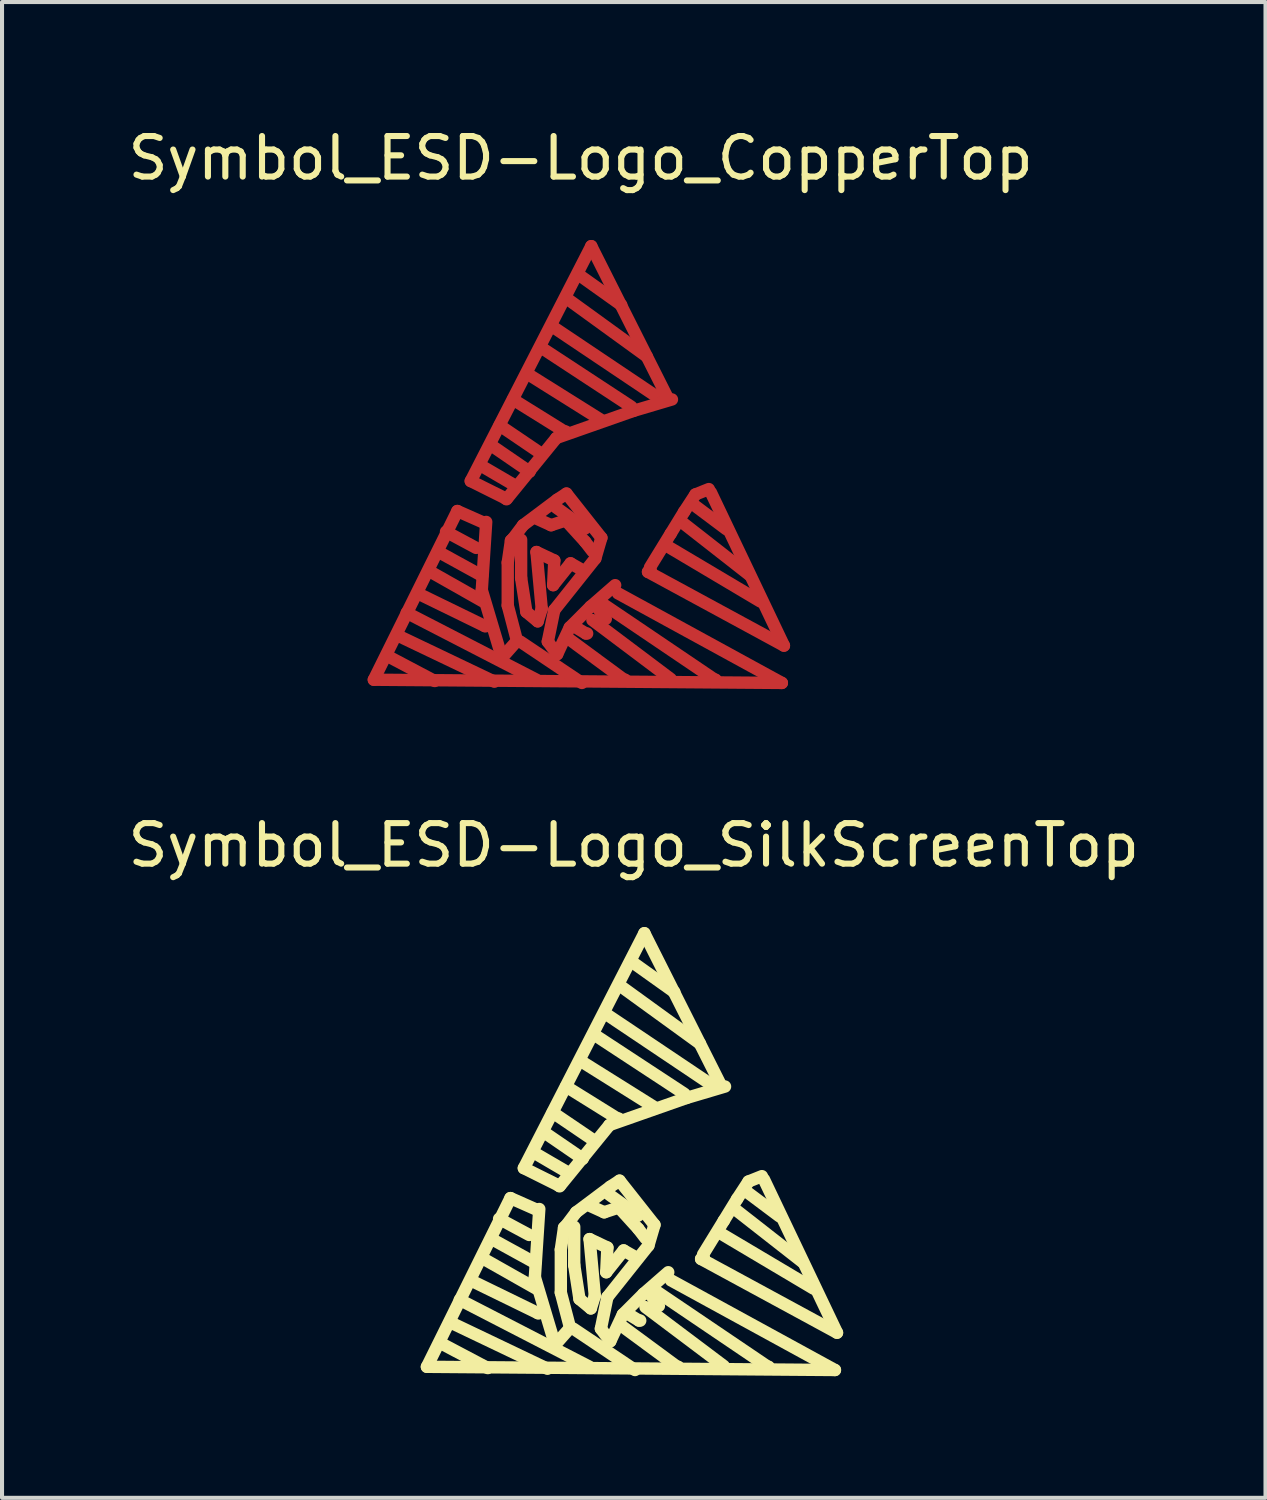
<source format=kicad_pcb>
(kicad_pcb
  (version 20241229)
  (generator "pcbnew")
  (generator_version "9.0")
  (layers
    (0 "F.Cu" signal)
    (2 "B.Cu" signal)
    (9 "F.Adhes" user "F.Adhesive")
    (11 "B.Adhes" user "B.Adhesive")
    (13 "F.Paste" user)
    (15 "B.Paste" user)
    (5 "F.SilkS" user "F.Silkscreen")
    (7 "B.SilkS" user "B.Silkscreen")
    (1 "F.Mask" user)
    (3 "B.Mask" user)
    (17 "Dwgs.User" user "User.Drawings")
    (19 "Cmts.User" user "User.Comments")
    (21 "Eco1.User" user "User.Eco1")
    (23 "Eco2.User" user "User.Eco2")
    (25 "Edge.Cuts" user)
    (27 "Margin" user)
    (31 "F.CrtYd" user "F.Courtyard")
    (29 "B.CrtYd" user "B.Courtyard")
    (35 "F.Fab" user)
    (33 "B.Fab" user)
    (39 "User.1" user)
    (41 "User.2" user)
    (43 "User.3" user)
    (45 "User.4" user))
  (footprint "Symbol_ESD-Logo_SilkScreenTop"
    (layer "F.Cu")
    (at 12.628 27.341)
    (property "Reference" "Symbol_ESD-Logo_SilkScreenTop" (at -0.051 -9.55 0) (layer "F.SilkS") (effects (font (size 1 1) (thickness 0.15))))
    (attr exclude_from_pos_files exclude_from_bom)
    (fp_line (start -5.151 3.312) (end 4.91 3.391) (stroke (width 0.305) (type solid)) (layer "F.SilkS"))
    (fp_line (start -4.77 2.751) (end -3.65 3.343) (stroke (width 0.305) (type solid)) (layer "F.SilkS"))
    (fp_line (start -4.559 2.223) (end -2.179 3.36) (stroke (width 0.305) (type solid)) (layer "F.SilkS"))
    (fp_line (start -4.341 1.661) (end -1.14 3.312) (stroke (width 0.305) (type solid)) (layer "F.SilkS"))
    (fp_line (start -4.031 1.201) (end -2.41 1.991) (stroke (width 0.305) (type solid)) (layer "F.SilkS"))
    (fp_line (start -3.749 0.653) (end -2.461 1.382) (stroke (width 0.305) (type solid)) (layer "F.SilkS"))
    (fp_line (start -3.551 0.163) (end -2.479 0.752) (stroke (width 0.305) (type solid)) (layer "F.SilkS"))
    (fp_line (start -3.371 -0.338) (end -2.629 0.061) (stroke (width 0.305) (type solid)) (layer "F.SilkS"))
    (fp_line (start -3.091 -0.848) (end -5.151 3.312) (stroke (width 0.305) (type solid)) (layer "F.SilkS"))
    (fp_line (start -2.761 -1.587) (end -1.9 -1.158) (stroke (width 0.305) (type solid)) (layer "F.SilkS"))
    (fp_line (start -2.51 -1.968) (end -1.689 -1.488) (stroke (width 0.305) (type solid)) (layer "F.SilkS"))
    (fp_line (start -2.489 1.102) (end -1.991 2.771) (stroke (width 0.305) (type solid)) (layer "F.SilkS"))
    (fp_line (start -2.461 -0.569) (end -3.091 -0.848) (stroke (width 0.305) (type solid)) (layer "F.SilkS"))
    (fp_line (start -2.41 1.991) (end -2.38 1.991) (stroke (width 0.305) (type solid)) (layer "F.SilkS"))
    (fp_line (start -2.38 -0.579) (end -2.489 1.102) (stroke (width 0.305) (type solid)) (layer "F.SilkS"))
    (fp_line (start -2.23 -2.449) (end -1.311 -1.819) (stroke (width 0.305) (type solid)) (layer "F.SilkS"))
    (fp_line (start -2.05 -2.959) (end -1.031 -2.268) (stroke (width 0.305) (type solid)) (layer "F.SilkS"))
    (fp_line (start -1.991 2.771) (end -1.621 2.352) (stroke (width 0.305) (type solid)) (layer "F.SilkS"))
    (fp_line (start -1.9 -1.158) (end -1.869 -1.158) (stroke (width 0.305) (type solid)) (layer "F.SilkS"))
    (fp_line (start -1.849 0.422) (end -1.77 -0.119) (stroke (width 0.305) (type solid)) (layer "F.SilkS"))
    (fp_line (start -1.849 1.481) (end -1.849 0.422) (stroke (width 0.305) (type solid)) (layer "F.SilkS"))
    (fp_line (start -1.77 -0.119) (end -1.72 -0.168) (stroke (width 0.305) (type solid)) (layer "F.SilkS"))
    (fp_line (start -1.72 -3.599) (end -0.45 -2.809) (stroke (width 0.305) (type solid)) (layer "F.SilkS"))
    (fp_line (start -1.72 -0.168) (end -1.471 -0.498) (stroke (width 0.305) (type solid)) (layer "F.SilkS"))
    (fp_line (start -1.621 2.352) (end -1.849 1.481) (stroke (width 0.305) (type solid)) (layer "F.SilkS"))
    (fp_line (start -1.539 2.372) (end -0.02 3.391) (stroke (width 0.305) (type solid)) (layer "F.SilkS"))
    (fp_line (start -1.519 -0.14) (end -1.519 0.803) (stroke (width 0.305) (type solid)) (layer "F.SilkS"))
    (fp_line (start -1.519 0.803) (end -1.389 1.641) (stroke (width 0.305) (type solid)) (layer "F.SilkS"))
    (fp_line (start -1.471 -0.498) (end -0.63 -1.128) (stroke (width 0.305) (type solid)) (layer "F.SilkS"))
    (fp_line (start -1.389 1.641) (end -1.11 1.872) (stroke (width 0.305) (type solid)) (layer "F.SilkS"))
    (fp_line (start -1.359 -4.229) (end 0.46 -3.089) (stroke (width 0.305) (type solid)) (layer "F.SilkS"))
    (fp_line (start -1.311 -1.819) (end -1.311 -1.839) (stroke (width 0.305) (type solid)) (layer "F.SilkS"))
    (fp_line (start -1.14 0.163) (end -0.701 0.371) (stroke (width 0.305) (type solid)) (layer "F.SilkS"))
    (fp_line (start -1.11 -0.648) (end -0.78 -0.498) (stroke (width 0.305) (type solid)) (layer "F.SilkS"))
    (fp_line (start -1.11 1.872) (end -1.011 1.562) (stroke (width 0.305) (type solid)) (layer "F.SilkS"))
    (fp_line (start -1.011 -4.869) (end 1.199 -3.419) (stroke (width 0.305) (type solid)) (layer "F.SilkS"))
    (fp_line (start -1.011 1.562) (end -1.14 0.163) (stroke (width 0.305) (type solid)) (layer "F.SilkS"))
    (fp_line (start -0.861 2.372) (end -0.63 2.682) (stroke (width 0.305) (type solid)) (layer "F.SilkS"))
    (fp_line (start -0.78 -0.498) (end -0.419 -0.617) (stroke (width 0.305) (type solid)) (layer "F.SilkS"))
    (fp_line (start -0.749 -5.397) (end 1.859 -3.647) (stroke (width 0.305) (type solid)) (layer "F.SilkS"))
    (fp_line (start -0.729 0.98) (end -0.3 0.442) (stroke (width 0.305) (type solid)) (layer "F.SilkS"))
    (fp_line (start -0.701 0.371) (end -0.729 0.98) (stroke (width 0.305) (type solid)) (layer "F.SilkS"))
    (fp_line (start -0.701 1.593) (end -0.861 2.372) (stroke (width 0.305) (type solid)) (layer "F.SilkS"))
    (fp_line (start -0.65 -2.649) (end -1.88 -1.138) (stroke (width 0.305) (type solid)) (layer "F.SilkS"))
    (fp_line (start -0.65 -0.93) (end 0.061 -0.419) (stroke (width 0.305) (type solid)) (layer "F.SilkS"))
    (fp_line (start -0.63 -1.128) (end -0.401 -1.278) (stroke (width 0.305) (type solid)) (layer "F.SilkS"))
    (fp_line (start -0.63 2.682) (end -0.32 2.022) (stroke (width 0.305) (type solid)) (layer "F.SilkS"))
    (fp_line (start -0.45 -2.809) (end -0.419 -2.809) (stroke (width 0.305) (type solid)) (layer "F.SilkS"))
    (fp_line (start -0.419 -0.617) (end 0.061 -0.089) (stroke (width 0.305) (type solid)) (layer "F.SilkS"))
    (fp_line (start -0.401 -1.278) (end 0.46 -0.188) (stroke (width 0.305) (type solid)) (layer "F.SilkS"))
    (fp_line (start -0.351 -6.058) (end 1.58 -4.658) (stroke (width 0.305) (type solid)) (layer "F.SilkS"))
    (fp_line (start -0.351 2.301) (end 1.021 3.312) (stroke (width 0.305) (type solid)) (layer "F.SilkS"))
    (fp_line (start -0.32 2.022) (end 0.191 1.511) (stroke (width 0.305) (type solid)) (layer "F.SilkS"))
    (fp_line (start -0.3 0.442) (end -0.071 0.572) (stroke (width 0.305) (type solid)) (layer "F.SilkS"))
    (fp_line (start -0.221 1.991) (end 0.079 2.172) (stroke (width 0.305) (type solid)) (layer "F.SilkS"))
    (fp_line (start -0.089 -6.668) (end 0.95 -5.928) (stroke (width 0.305) (type solid)) (layer "F.SilkS"))
    (fp_line (start 0.061 -0.089) (end 0.239 0.142) (stroke (width 0.305) (type solid)) (layer "F.SilkS"))
    (fp_line (start 0.079 2.172) (end 0.109 2.172) (stroke (width 0.305) (type solid)) (layer "F.SilkS"))
    (fp_line (start 0.191 1.511) (end 0.8 0.98) (stroke (width 0.305) (type solid)) (layer "F.SilkS"))
    (fp_line (start 0.211 -7.379) (end -2.761 -1.587) (stroke (width 0.305) (type solid)) (layer "F.SilkS"))
    (fp_line (start 0.239 1.841) (end 2.169 3.292) (stroke (width 0.305) (type solid)) (layer "F.SilkS"))
    (fp_line (start 0.31 0.323) (end -0.701 1.593) (stroke (width 0.305) (type solid)) (layer "F.SilkS"))
    (fp_line (start 0.31 1.46) (end 0.569 1.811) (stroke (width 0.305) (type solid)) (layer "F.SilkS"))
    (fp_line (start 0.46 -0.188) (end 0.31 0.323) (stroke (width 0.305) (type solid)) (layer "F.SilkS"))
    (fp_line (start 0.521 1.46) (end 3.259 3.312) (stroke (width 0.305) (type solid)) (layer "F.SilkS"))
    (fp_line (start 1.021 3.312) (end 1.049 3.312) (stroke (width 0.305) (type solid)) (layer "F.SilkS"))
    (fp_line (start 1.25 -3.317) (end -0.65 -2.649) (stroke (width 0.305) (type solid)) (layer "F.SilkS"))
    (fp_line (start 1.61 0.653) (end 1.679 0.622) (stroke (width 0.305) (type solid)) (layer "F.SilkS"))
    (fp_line (start 1.659 0.541) (end 2.169 -0.29) (stroke (width 0.305) (type solid)) (layer "F.SilkS"))
    (fp_line (start 2.09 -3.647) (end 0.211 -7.379) (stroke (width 0.305) (type solid)) (layer "F.SilkS"))
    (fp_line (start 2.121 0.041) (end 4.379 1.382) (stroke (width 0.305) (type solid)) (layer "F.SilkS"))
    (fp_line (start 2.169 -0.29) (end 2.499 -0.828) (stroke (width 0.305) (type solid)) (layer "F.SilkS"))
    (fp_line (start 2.2 -3.599) (end 1.25 -3.317) (stroke (width 0.305) (type solid)) (layer "F.SilkS"))
    (fp_line (start 2.451 -0.569) (end 4.1 0.721) (stroke (width 0.305) (type solid)) (layer "F.SilkS"))
    (fp_line (start 2.499 -0.828) (end 2.779 -1.257) (stroke (width 0.305) (type solid)) (layer "F.SilkS"))
    (fp_line (start 2.7 -1.029) (end 3.541 -0.399) (stroke (width 0.305) (type solid)) (layer "F.SilkS"))
    (fp_line (start 2.779 -1.257) (end 3.109 -1.389) (stroke (width 0.305) (type solid)) (layer "F.SilkS"))
    (fp_line (start 3.16 -1.308) (end 4.961 2.471) (stroke (width 0.305) (type solid)) (layer "F.SilkS"))
    (fp_line (start 3.259 3.312) (end 3.279 3.312) (stroke (width 0.305) (type solid)) (layer "F.SilkS"))
    (fp_line (start 4.91 3.391) (end 0.869 1.181) (stroke (width 0.305) (type solid)) (layer "F.SilkS"))
    (fp_line (start 4.961 2.471) (end 1.61 0.653) (stroke (width 0.305) (type solid)) (layer "F.SilkS")))
  (footprint "Symbol_ESD-Logo_CopperTop"
    (layer "F.Cu")
    (at 11.319 10.399)
    (property "Reference" "Symbol_ESD-Logo_CopperTop" (at -0.051 -9.55 0) (layer "F.SilkS") (effects (font (size 1 1) (thickness 0.15))))
    (attr through_hole)
    (fp_line (start -5.151 3.312) (end 4.91 3.391) (stroke (width 0.305) (type solid)) (layer "F.Cu"))
    (fp_line (start -4.77 2.751) (end -3.65 3.343) (stroke (width 0.305) (type solid)) (layer "F.Cu"))
    (fp_line (start -4.559 2.223) (end -2.179 3.36) (stroke (width 0.305) (type solid)) (layer "F.Cu"))
    (fp_line (start -4.341 1.661) (end -1.14 3.312) (stroke (width 0.305) (type solid)) (layer "F.Cu"))
    (fp_line (start -4.031 1.201) (end -2.41 1.991) (stroke (width 0.305) (type solid)) (layer "F.Cu"))
    (fp_line (start -3.749 0.653) (end -2.461 1.382) (stroke (width 0.305) (type solid)) (layer "F.Cu"))
    (fp_line (start -3.551 0.163) (end -2.479 0.752) (stroke (width 0.305) (type solid)) (layer "F.Cu"))
    (fp_line (start -3.371 -0.338) (end -2.629 0.061) (stroke (width 0.305) (type solid)) (layer "F.Cu"))
    (fp_line (start -3.091 -0.848) (end -5.151 3.312) (stroke (width 0.305) (type solid)) (layer "F.Cu"))
    (fp_line (start -2.761 -1.587) (end -1.9 -1.158) (stroke (width 0.305) (type solid)) (layer "F.Cu"))
    (fp_line (start -2.51 -1.968) (end -1.689 -1.488) (stroke (width 0.305) (type solid)) (layer "F.Cu"))
    (fp_line (start -2.489 1.102) (end -1.991 2.771) (stroke (width 0.305) (type solid)) (layer "F.Cu"))
    (fp_line (start -2.461 -0.569) (end -3.091 -0.848) (stroke (width 0.305) (type solid)) (layer "F.Cu"))
    (fp_line (start -2.41 1.991) (end -2.38 1.991) (stroke (width 0.305) (type solid)) (layer "F.Cu"))
    (fp_line (start -2.38 -0.579) (end -2.489 1.102) (stroke (width 0.305) (type solid)) (layer "F.Cu"))
    (fp_line (start -2.23 -2.449) (end -1.311 -1.819) (stroke (width 0.305) (type solid)) (layer "F.Cu"))
    (fp_line (start -2.05 -2.959) (end -1.031 -2.268) (stroke (width 0.305) (type solid)) (layer "F.Cu"))
    (fp_line (start -1.991 2.771) (end -1.621 2.352) (stroke (width 0.305) (type solid)) (layer "F.Cu"))
    (fp_line (start -1.9 -1.158) (end -1.869 -1.158) (stroke (width 0.305) (type solid)) (layer "F.Cu"))
    (fp_line (start -1.849 0.422) (end -1.77 -0.119) (stroke (width 0.305) (type solid)) (layer "F.Cu"))
    (fp_line (start -1.849 1.481) (end -1.849 0.422) (stroke (width 0.305) (type solid)) (layer "F.Cu"))
    (fp_line (start -1.77 -0.119) (end -1.72 -0.168) (stroke (width 0.305) (type solid)) (layer "F.Cu"))
    (fp_line (start -1.72 -3.599) (end -0.45 -2.809) (stroke (width 0.305) (type solid)) (layer "F.Cu"))
    (fp_line (start -1.72 -0.168) (end -1.471 -0.498) (stroke (width 0.305) (type solid)) (layer "F.Cu"))
    (fp_line (start -1.621 2.352) (end -1.849 1.481) (stroke (width 0.305) (type solid)) (layer "F.Cu"))
    (fp_line (start -1.539 2.372) (end -0.02 3.391) (stroke (width 0.305) (type solid)) (layer "F.Cu"))
    (fp_line (start -1.519 -0.14) (end -1.519 0.803) (stroke (width 0.305) (type solid)) (layer "F.Cu"))
    (fp_line (start -1.519 0.803) (end -1.389 1.641) (stroke (width 0.305) (type solid)) (layer "F.Cu"))
    (fp_line (start -1.471 -0.498) (end -0.63 -1.128) (stroke (width 0.305) (type solid)) (layer "F.Cu"))
    (fp_line (start -1.389 1.641) (end -1.11 1.872) (stroke (width 0.305) (type solid)) (layer "F.Cu"))
    (fp_line (start -1.359 -4.229) (end 0.46 -3.089) (stroke (width 0.305) (type solid)) (layer "F.Cu"))
    (fp_line (start -1.311 -1.819) (end -1.311 -1.839) (stroke (width 0.305) (type solid)) (layer "F.Cu"))
    (fp_line (start -1.14 0.163) (end -0.701 0.371) (stroke (width 0.305) (type solid)) (layer "F.Cu"))
    (fp_line (start -1.11 -0.648) (end -0.78 -0.498) (stroke (width 0.305) (type solid)) (layer "F.Cu"))
    (fp_line (start -1.11 1.872) (end -1.011 1.562) (stroke (width 0.305) (type solid)) (layer "F.Cu"))
    (fp_line (start -1.011 -4.869) (end 1.199 -3.419) (stroke (width 0.305) (type solid)) (layer "F.Cu"))
    (fp_line (start -1.011 1.562) (end -1.14 0.163) (stroke (width 0.305) (type solid)) (layer "F.Cu"))
    (fp_line (start -0.861 2.372) (end -0.63 2.682) (stroke (width 0.305) (type solid)) (layer "F.Cu"))
    (fp_line (start -0.78 -0.498) (end -0.419 -0.617) (stroke (width 0.305) (type solid)) (layer "F.Cu"))
    (fp_line (start -0.749 -5.397) (end 1.859 -3.647) (stroke (width 0.305) (type solid)) (layer "F.Cu"))
    (fp_line (start -0.729 0.98) (end -0.3 0.442) (stroke (width 0.305) (type solid)) (layer "F.Cu"))
    (fp_line (start -0.701 0.371) (end -0.729 0.98) (stroke (width 0.305) (type solid)) (layer "F.Cu"))
    (fp_line (start -0.701 1.593) (end -0.861 2.372) (stroke (width 0.305) (type solid)) (layer "F.Cu"))
    (fp_line (start -0.65 -2.649) (end -1.88 -1.138) (stroke (width 0.305) (type solid)) (layer "F.Cu"))
    (fp_line (start -0.65 -0.93) (end 0.061 -0.419) (stroke (width 0.305) (type solid)) (layer "F.Cu"))
    (fp_line (start -0.63 -1.128) (end -0.401 -1.278) (stroke (width 0.305) (type solid)) (layer "F.Cu"))
    (fp_line (start -0.63 2.682) (end -0.32 2.022) (stroke (width 0.305) (type solid)) (layer "F.Cu"))
    (fp_line (start -0.45 -2.809) (end -0.419 -2.809) (stroke (width 0.305) (type solid)) (layer "F.Cu"))
    (fp_line (start -0.419 -0.617) (end 0.061 -0.089) (stroke (width 0.305) (type solid)) (layer "F.Cu"))
    (fp_line (start -0.401 -1.278) (end 0.46 -0.188) (stroke (width 0.305) (type solid)) (layer "F.Cu"))
    (fp_line (start -0.351 -6.058) (end 1.58 -4.658) (stroke (width 0.305) (type solid)) (layer "F.Cu"))
    (fp_line (start -0.351 2.301) (end 1.021 3.312) (stroke (width 0.305) (type solid)) (layer "F.Cu"))
    (fp_line (start -0.32 2.022) (end 0.191 1.511) (stroke (width 0.305) (type solid)) (layer "F.Cu"))
    (fp_line (start -0.3 0.442) (end -0.071 0.572) (stroke (width 0.305) (type solid)) (layer "F.Cu"))
    (fp_line (start -0.221 1.991) (end 0.079 2.172) (stroke (width 0.305) (type solid)) (layer "F.Cu"))
    (fp_line (start -0.089 -6.668) (end 0.95 -5.928) (stroke (width 0.305) (type solid)) (layer "F.Cu"))
    (fp_line (start 0.061 -0.089) (end 0.239 0.142) (stroke (width 0.305) (type solid)) (layer "F.Cu"))
    (fp_line (start 0.079 2.172) (end 0.109 2.172) (stroke (width 0.305) (type solid)) (layer "F.Cu"))
    (fp_line (start 0.191 1.511) (end 0.8 0.98) (stroke (width 0.305) (type solid)) (layer "F.Cu"))
    (fp_line (start 0.211 -7.379) (end -2.761 -1.587) (stroke (width 0.305) (type solid)) (layer "F.Cu"))
    (fp_line (start 0.239 1.841) (end 2.169 3.292) (stroke (width 0.305) (type solid)) (layer "F.Cu"))
    (fp_line (start 0.31 0.323) (end -0.701 1.593) (stroke (width 0.305) (type solid)) (layer "F.Cu"))
    (fp_line (start 0.31 1.46) (end 0.569 1.811) (stroke (width 0.305) (type solid)) (layer "F.Cu"))
    (fp_line (start 0.46 -0.188) (end 0.31 0.323) (stroke (width 0.305) (type solid)) (layer "F.Cu"))
    (fp_line (start 0.521 1.46) (end 3.259 3.312) (stroke (width 0.305) (type solid)) (layer "F.Cu"))
    (fp_line (start 1.021 3.312) (end 1.049 3.312) (stroke (width 0.305) (type solid)) (layer "F.Cu"))
    (fp_line (start 1.25 -3.317) (end -0.65 -2.649) (stroke (width 0.305) (type solid)) (layer "F.Cu"))
    (fp_line (start 1.61 0.653) (end 1.679 0.622) (stroke (width 0.305) (type solid)) (layer "F.Cu"))
    (fp_line (start 1.659 0.541) (end 2.169 -0.29) (stroke (width 0.305) (type solid)) (layer "F.Cu"))
    (fp_line (start 2.09 -3.647) (end 0.211 -7.379) (stroke (width 0.305) (type solid)) (layer "F.Cu"))
    (fp_line (start 2.121 0.041) (end 4.379 1.382) (stroke (width 0.305) (type solid)) (layer "F.Cu"))
    (fp_line (start 2.169 -0.29) (end 2.499 -0.828) (stroke (width 0.305) (type solid)) (layer "F.Cu"))
    (fp_line (start 2.2 -3.599) (end 1.25 -3.317) (stroke (width 0.305) (type solid)) (layer "F.Cu"))
    (fp_line (start 2.451 -0.569) (end 4.1 0.721) (stroke (width 0.305) (type solid)) (layer "F.Cu"))
    (fp_line (start 2.499 -0.828) (end 2.779 -1.257) (stroke (width 0.305) (type solid)) (layer "F.Cu"))
    (fp_line (start 2.7 -1.029) (end 3.541 -0.399) (stroke (width 0.305) (type solid)) (layer "F.Cu"))
    (fp_line (start 2.779 -1.257) (end 3.109 -1.389) (stroke (width 0.305) (type solid)) (layer "F.Cu"))
    (fp_line (start 3.16 -1.308) (end 4.961 2.471) (stroke (width 0.305) (type solid)) (layer "F.Cu"))
    (fp_line (start 3.259 3.312) (end 3.279 3.312) (stroke (width 0.305) (type solid)) (layer "F.Cu"))
    (fp_line (start 4.91 3.391) (end 0.869 1.181) (stroke (width 0.305) (type solid)) (layer "F.Cu"))
    (fp_line (start 4.961 2.471) (end 1.61 0.653) (stroke (width 0.305) (type solid)) (layer "F.Cu")))
  (gr_rect
    (start -3 -3)
    (end 28.155 33.884)
    (stroke (width 0.1) (type default))
    (fill no)
    (layer "Edge.Cuts")))
</source>
